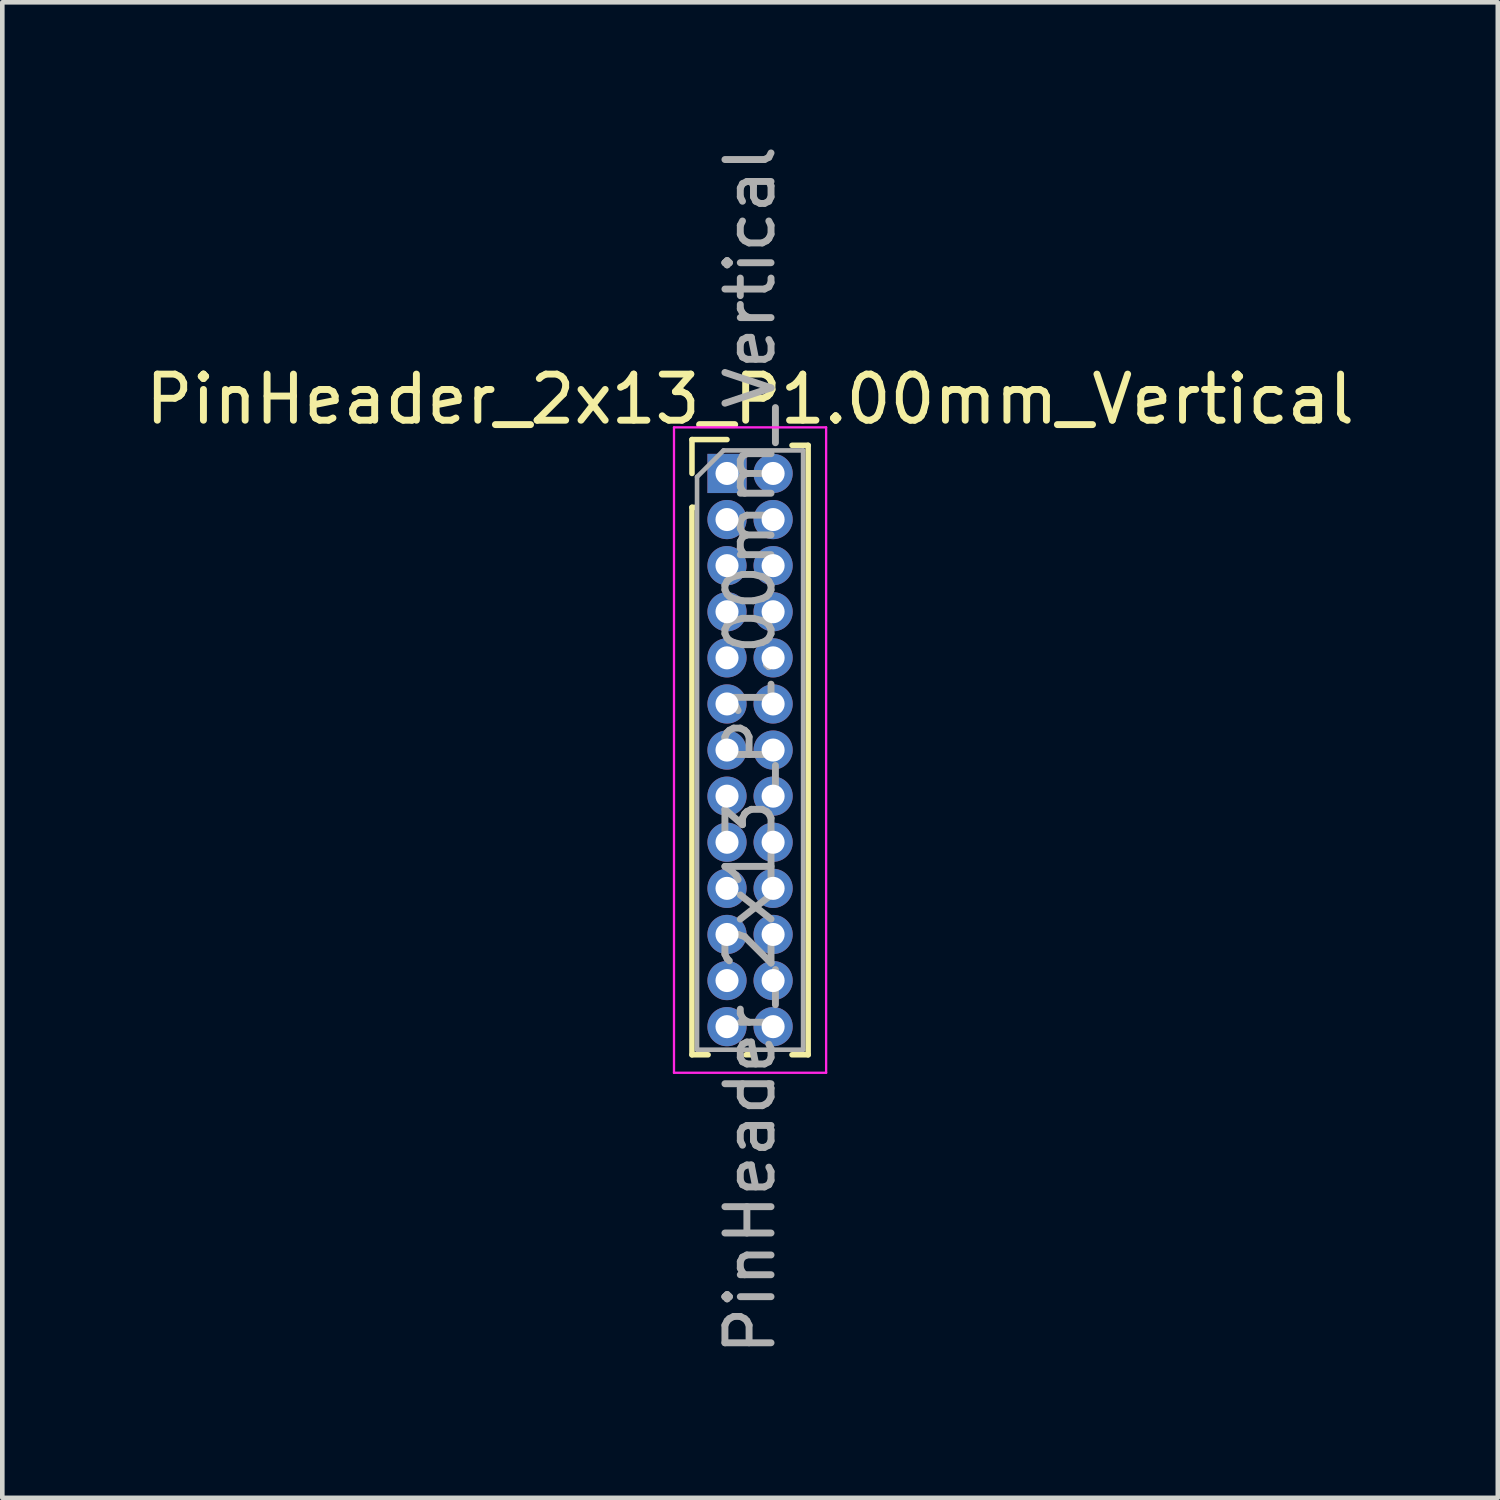
<source format=kicad_pcb>
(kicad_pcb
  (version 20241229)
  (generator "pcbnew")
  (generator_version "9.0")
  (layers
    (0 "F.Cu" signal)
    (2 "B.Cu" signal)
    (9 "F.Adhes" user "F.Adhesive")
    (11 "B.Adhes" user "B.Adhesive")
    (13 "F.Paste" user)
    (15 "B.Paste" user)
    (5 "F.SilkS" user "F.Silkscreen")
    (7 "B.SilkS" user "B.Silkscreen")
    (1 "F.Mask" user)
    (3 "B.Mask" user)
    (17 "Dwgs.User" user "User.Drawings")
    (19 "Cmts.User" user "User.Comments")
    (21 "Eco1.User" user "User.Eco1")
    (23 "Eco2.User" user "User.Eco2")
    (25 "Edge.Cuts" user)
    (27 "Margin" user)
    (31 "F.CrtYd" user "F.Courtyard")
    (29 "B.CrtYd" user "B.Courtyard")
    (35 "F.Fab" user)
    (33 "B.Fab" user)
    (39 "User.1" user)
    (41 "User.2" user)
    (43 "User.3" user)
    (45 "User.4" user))
  (footprint "PinHeader_2x13_P1.00mm_Vertical"
    (layer "F.Cu")
    (at 12.72 7.22)
    (property "Reference" "PinHeader_2x13_P1.00mm_Vertical" (at 0.5 -1.61 0) (layer "F.SilkS") (effects (font (size 1 1) (thickness 0.15))))
    (attr through_hole)
    (fp_line (start -0.76 -0.735) (end 0 -0.735) (stroke (width 0.12) (type solid)) (layer "F.SilkS"))
    (fp_line (start -0.76 0) (end -0.76 -0.735) (stroke (width 0.12) (type solid)) (layer "F.SilkS"))
    (fp_line (start -0.76 0.735) (end -0.76 12.61) (stroke (width 0.12) (type solid)) (layer "F.SilkS"))
    (fp_line (start -0.76 0.735) (end -0.686 0.735) (stroke (width 0.12) (type solid)) (layer "F.SilkS"))
    (fp_line (start -0.76 12.61) (end -0.41 12.61) (stroke (width 0.12) (type solid)) (layer "F.SilkS"))
    (fp_line (start 0.41 12.61) (end 0.59 12.61) (stroke (width 0.12) (type solid)) (layer "F.SilkS"))
    (fp_line (start 1.41 -0.61) (end 1.76 -0.61) (stroke (width 0.12) (type solid)) (layer "F.SilkS"))
    (fp_line (start 1.41 12.61) (end 1.76 12.61) (stroke (width 0.12) (type solid)) (layer "F.SilkS"))
    (fp_line (start 1.76 -0.61) (end 1.76 12.61) (stroke (width 0.12) (type solid)) (layer "F.SilkS"))
    (fp_line (start -1.15 -1) (end -1.15 13) (stroke (width 0.05) (type solid)) (layer "F.CrtYd"))
    (fp_line (start -1.15 13) (end 2.15 13) (stroke (width 0.05) (type solid)) (layer "F.CrtYd"))
    (fp_line (start 2.15 -1) (end -1.15 -1) (stroke (width 0.05) (type solid)) (layer "F.CrtYd"))
    (fp_line (start 2.15 13) (end 2.15 -1) (stroke (width 0.05) (type solid)) (layer "F.CrtYd"))
    (fp_line (start -0.65 0.075) (end -0.075 -0.5) (stroke (width 0.1) (type solid)) (layer "F.Fab"))
    (fp_line (start -0.65 12.5) (end -0.65 0.075) (stroke (width 0.1) (type solid)) (layer "F.Fab"))
    (fp_line (start -0.075 -0.5) (end 1.65 -0.5) (stroke (width 0.1) (type solid)) (layer "F.Fab"))
    (fp_line (start 1.65 -0.5) (end 1.65 12.5) (stroke (width 0.1) (type solid)) (layer "F.Fab"))
    (fp_line (start 1.65 12.5) (end -0.65 12.5) (stroke (width 0.1) (type solid)) (layer "F.Fab"))
    (fp_text user "${REFERENCE}" (at 0.5 6 90) (layer "F.Fab") (effects (font (size 1 1) (thickness 0.15))))
    (pad "1" thru_hole rect (at 0 0) (size 0.85 0.85) (drill 0.5) (layers "*.Cu" "*.Mask"))
    (pad "2" thru_hole circle (at 1 0) (size 0.85 0.85) (drill 0.5) (layers "*.Cu" "*.Mask"))
    (pad "3" thru_hole circle (at 0 1) (size 0.85 0.85) (drill 0.5) (layers "*.Cu" "*.Mask"))
    (pad "4" thru_hole circle (at 1 1) (size 0.85 0.85) (drill 0.5) (layers "*.Cu" "*.Mask"))
    (pad "5" thru_hole circle (at 0 2) (size 0.85 0.85) (drill 0.5) (layers "*.Cu" "*.Mask"))
    (pad "6" thru_hole circle (at 1 2) (size 0.85 0.85) (drill 0.5) (layers "*.Cu" "*.Mask"))
    (pad "7" thru_hole circle (at 0 3) (size 0.85 0.85) (drill 0.5) (layers "*.Cu" "*.Mask"))
    (pad "8" thru_hole circle (at 1 3) (size 0.85 0.85) (drill 0.5) (layers "*.Cu" "*.Mask"))
    (pad "9" thru_hole circle (at 0 4) (size 0.85 0.85) (drill 0.5) (layers "*.Cu" "*.Mask"))
    (pad "10" thru_hole circle (at 1 4) (size 0.85 0.85) (drill 0.5) (layers "*.Cu" "*.Mask"))
    (pad "11" thru_hole circle (at 0 5) (size 0.85 0.85) (drill 0.5) (layers "*.Cu" "*.Mask"))
    (pad "12" thru_hole circle (at 1 5) (size 0.85 0.85) (drill 0.5) (layers "*.Cu" "*.Mask"))
    (pad "13" thru_hole circle (at 0 6) (size 0.85 0.85) (drill 0.5) (layers "*.Cu" "*.Mask"))
    (pad "14" thru_hole circle (at 1 6) (size 0.85 0.85) (drill 0.5) (layers "*.Cu" "*.Mask"))
    (pad "15" thru_hole circle (at 0 7) (size 0.85 0.85) (drill 0.5) (layers "*.Cu" "*.Mask"))
    (pad "16" thru_hole circle (at 1 7) (size 0.85 0.85) (drill 0.5) (layers "*.Cu" "*.Mask"))
    (pad "17" thru_hole circle (at 0 8) (size 0.85 0.85) (drill 0.5) (layers "*.Cu" "*.Mask"))
    (pad "18" thru_hole circle (at 1 8) (size 0.85 0.85) (drill 0.5) (layers "*.Cu" "*.Mask"))
    (pad "19" thru_hole circle (at 0 9) (size 0.85 0.85) (drill 0.5) (layers "*.Cu" "*.Mask"))
    (pad "20" thru_hole circle (at 1 9) (size 0.85 0.85) (drill 0.5) (layers "*.Cu" "*.Mask"))
    (pad "21" thru_hole circle (at 0 10) (size 0.85 0.85) (drill 0.5) (layers "*.Cu" "*.Mask"))
    (pad "22" thru_hole circle (at 1 10) (size 0.85 0.85) (drill 0.5) (layers "*.Cu" "*.Mask"))
    (pad "23" thru_hole circle (at 0 11) (size 0.85 0.85) (drill 0.5) (layers "*.Cu" "*.Mask"))
    (pad "24" thru_hole circle (at 1 11) (size 0.85 0.85) (drill 0.5) (layers "*.Cu" "*.Mask"))
    (pad "25" thru_hole circle (at 0 12) (size 0.85 0.85) (drill 0.5) (layers "*.Cu" "*.Mask"))
    (pad "26" thru_hole circle (at 1 12) (size 0.85 0.85) (drill 0.5) (layers "*.Cu" "*.Mask")))
  (gr_rect
    (start -3 -3)
    (end 29.44 29.44)
    (stroke (width 0.1) (type default))
    (fill no)
    (layer "Edge.Cuts")))
</source>
